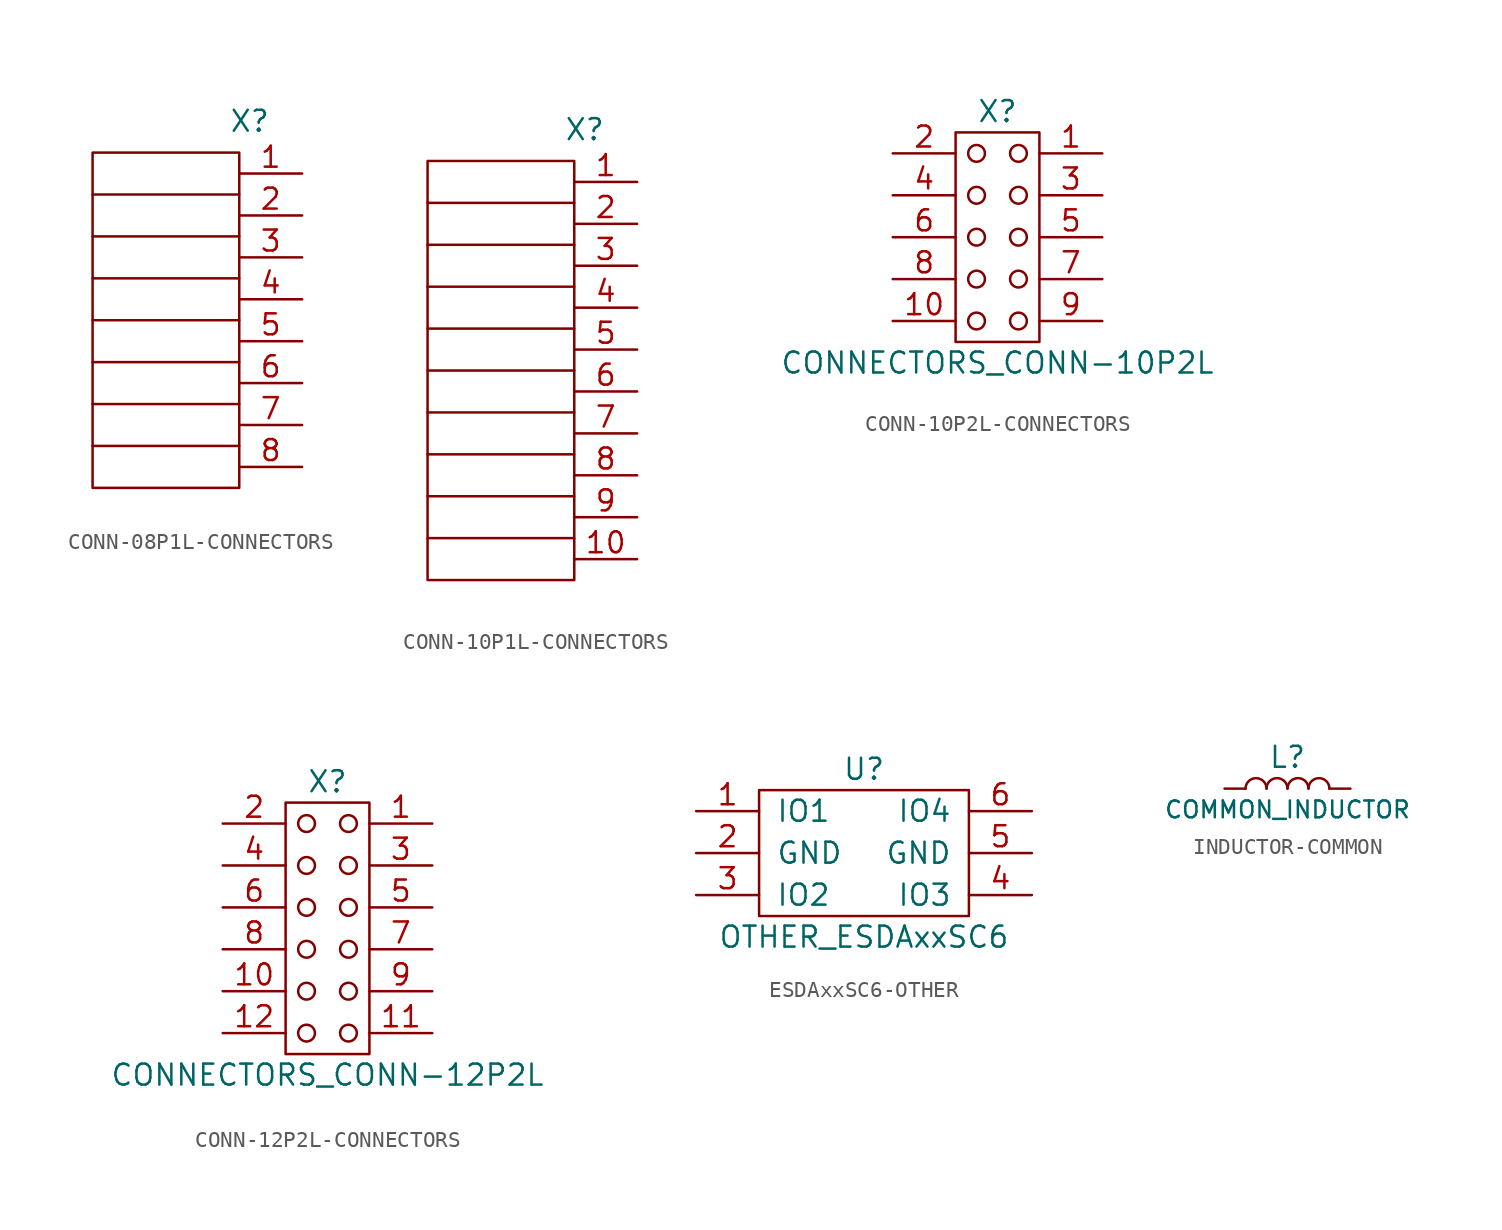
<source format=kicad_sym>
(kicad_symbol_lib
  (version 20231120)
  (generator "kicad_symbol_editor")
  (generator_version "8.0")
  (symbol "CONN-08P1L-CONNECTORS"
    (pin_names
      (offset 1.016))
    (property "Reference" "X"
      (at -3.175 3.175 0)
      (effects (font (size 1.27 1.27))))
    (property "Footprint" ""
      (at 0 0 0)
      (effects (font (size 1.524 1.524))))
    (property "Datasheet" ""
      (at 0 0 0)
      (effects (font (size 1.524 1.524))))
    (symbol "CONN-08P1L-CONNECTORS_0_1"
      (rectangle (start -3.81 1.27) (end -12.7 -19.05) (stroke (width 0) (type solid)) (fill (type none)))
      (polyline (pts (xy -3.81 -16.51) (xy -12.7 -16.51)) (stroke (width 0) (type solid)) (fill (type none)))
      (polyline (pts (xy -3.81 -13.97) (xy -12.7 -13.97)) (stroke (width 0) (type solid)) (fill (type none)))
      (polyline (pts (xy -3.81 -11.43) (xy -12.7 -11.43)) (stroke (width 0) (type solid)) (fill (type none)))
      (polyline (pts (xy -3.81 -8.89) (xy -12.7 -8.89)) (stroke (width 0) (type solid)) (fill (type none)))
      (polyline (pts (xy -3.81 -6.35) (xy -12.7 -6.35)) (stroke (width 0) (type solid)) (fill (type none)))
      (polyline (pts (xy -3.81 -3.81) (xy -12.7 -3.81)) (stroke (width 0) (type solid)) (fill (type none)))
      (polyline (pts (xy -3.81 -1.27) (xy -12.7 -1.27)) (stroke (width 0) (type solid)) (fill (type none))))
    (symbol "CONN-08P1L-CONNECTORS_1_1"
      (pin unspecified line (at 0 0 180) (length 3.81) (name "~" (effects (font (size 1.27 1.27)))) (number "1" (effects (font (size 1.27 1.27)))))
      (pin unspecified line (at 0 -2.54 180) (length 3.81) (name "~" (effects (font (size 1.27 1.27)))) (number "2" (effects (font (size 1.27 1.27)))))
      (pin unspecified line (at 0 -5.08 180) (length 3.81) (name "~" (effects (font (size 1.27 1.27)))) (number "3" (effects (font (size 1.27 1.27)))))
      (pin unspecified line (at 0 -7.62 180) (length 3.81) (name "~" (effects (font (size 1.27 1.27)))) (number "4" (effects (font (size 1.27 1.27)))))
      (pin unspecified line (at 0 -10.16 180) (length 3.81) (name "~" (effects (font (size 1.27 1.27)))) (number "5" (effects (font (size 1.27 1.27)))))
      (pin unspecified line (at 0 -12.7 180) (length 3.81) (name "~" (effects (font (size 1.27 1.27)))) (number "6" (effects (font (size 1.27 1.27)))))
      (pin unspecified line (at 0 -15.24 180) (length 3.81) (name "~" (effects (font (size 1.27 1.27)))) (number "7" (effects (font (size 1.27 1.27)))))
      (pin unspecified line (at 0 -17.78 180) (length 3.81) (name "~" (effects (font (size 1.27 1.27)))) (number "8" (effects (font (size 1.27 1.27)))))))
  (symbol "CONN-10P1L-CONNECTORS"
    (pin_names
      (offset 1.016))
    (property "Reference" "X"
      (at -3.175 3.175 0)
      (effects (font (size 1.27 1.27))))
    (property "Footprint" ""
      (at 0 0 0)
      (effects (font (size 1.524 1.524))))
    (property "Datasheet" ""
      (at 0 0 0)
      (effects (font (size 1.524 1.524))))
    (symbol "CONN-10P1L-CONNECTORS_0_1"
      (rectangle (start -3.81 1.27) (end -12.7 -24.13) (stroke (width 0) (type solid)) (fill (type none)))
      (polyline (pts (xy -12.7 -21.59) (xy -3.81 -21.59)) (stroke (width 0) (type solid)) (fill (type none)))
      (polyline (pts (xy -3.81 -19.05) (xy -12.7 -19.05)) (stroke (width 0) (type solid)) (fill (type none)))
      (polyline (pts (xy -3.81 -16.51) (xy -12.7 -16.51)) (stroke (width 0) (type solid)) (fill (type none)))
      (polyline (pts (xy -3.81 -13.97) (xy -12.7 -13.97)) (stroke (width 0) (type solid)) (fill (type none)))
      (polyline (pts (xy -3.81 -11.43) (xy -12.7 -11.43)) (stroke (width 0) (type solid)) (fill (type none)))
      (polyline (pts (xy -3.81 -8.89) (xy -12.7 -8.89)) (stroke (width 0) (type solid)) (fill (type none)))
      (polyline (pts (xy -3.81 -6.35) (xy -12.7 -6.35)) (stroke (width 0) (type solid)) (fill (type none)))
      (polyline (pts (xy -3.81 -3.81) (xy -12.7 -3.81)) (stroke (width 0) (type solid)) (fill (type none)))
      (polyline (pts (xy -3.81 -1.27) (xy -12.7 -1.27)) (stroke (width 0) (type solid)) (fill (type none))))
    (symbol "CONN-10P1L-CONNECTORS_1_1"
      (pin unspecified line (at 0 0 180) (length 3.81) (name "~" (effects (font (size 1.27 1.27)))) (number "1" (effects (font (size 1.27 1.27)))))
      (pin unspecified line (at 0 -22.86 180) (length 3.81) (name "~" (effects (font (size 1.27 1.27)))) (number "10" (effects (font (size 1.27 1.27)))))
      (pin unspecified line (at 0 -2.54 180) (length 3.81) (name "~" (effects (font (size 1.27 1.27)))) (number "2" (effects (font (size 1.27 1.27)))))
      (pin unspecified line (at 0 -5.08 180) (length 3.81) (name "~" (effects (font (size 1.27 1.27)))) (number "3" (effects (font (size 1.27 1.27)))))
      (pin unspecified line (at 0 -7.62 180) (length 3.81) (name "~" (effects (font (size 1.27 1.27)))) (number "4" (effects (font (size 1.27 1.27)))))
      (pin unspecified line (at 0 -10.16 180) (length 3.81) (name "~" (effects (font (size 1.27 1.27)))) (number "5" (effects (font (size 1.27 1.27)))))
      (pin unspecified line (at 0 -12.7 180) (length 3.81) (name "~" (effects (font (size 1.27 1.27)))) (number "6" (effects (font (size 1.27 1.27)))))
      (pin unspecified line (at 0 -15.24 180) (length 3.81) (name "~" (effects (font (size 1.27 1.27)))) (number "7" (effects (font (size 1.27 1.27)))))
      (pin unspecified line (at 0 -17.78 180) (length 3.81) (name "~" (effects (font (size 1.27 1.27)))) (number "8" (effects (font (size 1.27 1.27)))))
      (pin unspecified line (at 0 -20.32 180) (length 3.81) (name "~" (effects (font (size 1.27 1.27)))) (number "9" (effects (font (size 1.27 1.27)))))))
  (symbol "CONN-10P2L-CONNECTORS"
    (pin_names
      (offset 1.016) hide)
    (property "Reference" "X"
      (at 0 2.54 0)
      (effects (font (size 1.27 1.27))))
    (property "Value" "CONNECTORS_CONN-10P2L"
      (at 0 -12.7 0)
      (effects (font (size 1.27 1.27))))
    (property "Footprint" ""
      (at 0 0 0)
      (effects (font (size 1.27 1.27))))
    (property "Datasheet" ""
      (at 0 0 0)
      (effects (font (size 1.27 1.27))))
    (symbol "CONN-10P2L-CONNECTORS_0_1"
      (rectangle (start -2.54 1.27) (end 2.54 -11.43) (stroke (width 0) (type solid)) (fill (type none)))
      (circle (center -1.27 -10.16) (radius 0.508) (stroke (width 0) (type solid)) (fill (type none)))
      (circle (center -1.27 -7.62) (radius 0.508) (stroke (width 0) (type solid)) (fill (type none)))
      (circle (center -1.27 -5.08) (radius 0.508) (stroke (width 0) (type solid)) (fill (type none)))
      (circle (center -1.27 -2.54) (radius 0.508) (stroke (width 0) (type solid)) (fill (type none)))
      (circle (center -1.27 0) (radius 0.508) (stroke (width 0) (type solid)) (fill (type none)))
      (circle (center 1.27 -10.16) (radius 0.508) (stroke (width 0) (type solid)) (fill (type none)))
      (circle (center 1.27 -7.62) (radius 0.508) (stroke (width 0) (type solid)) (fill (type none)))
      (circle (center 1.27 -5.08) (radius 0.508) (stroke (width 0) (type solid)) (fill (type none)))
      (circle (center 1.27 -2.54) (radius 0.508) (stroke (width 0) (type solid)) (fill (type none)))
      (circle (center 1.27 0) (radius 0.508) (stroke (width 0) (type solid)) (fill (type none))))
    (symbol "CONN-10P2L-CONNECTORS_1_1"
      (pin unspecified line (at 6.35 0 180) (length 3.81) (name "1" (effects (font (size 1.27 1.27)))) (number "1" (effects (font (size 1.27 1.27)))))
      (pin passive line (at -6.35 -10.16 0) (length 3.81) (name "10" (effects (font (size 1.27 1.27)))) (number "10" (effects (font (size 1.27 1.27)))))
      (pin unspecified line (at -6.35 0 0) (length 3.81) (name "2" (effects (font (size 1.27 1.27)))) (number "2" (effects (font (size 1.27 1.27)))))
      (pin unspecified line (at 6.35 -2.54 180) (length 3.81) (name "3" (effects (font (size 1.27 1.27)))) (number "3" (effects (font (size 1.27 1.27)))))
      (pin unspecified line (at -6.35 -2.54 0) (length 3.81) (name "4" (effects (font (size 1.27 1.27)))) (number "4" (effects (font (size 1.27 1.27)))))
      (pin unspecified line (at 6.35 -5.08 180) (length 3.81) (name "5" (effects (font (size 1.27 1.27)))) (number "5" (effects (font (size 1.27 1.27)))))
      (pin unspecified line (at -6.35 -5.08 0) (length 3.81) (name "6" (effects (font (size 1.27 1.27)))) (number "6" (effects (font (size 1.27 1.27)))))
      (pin unspecified line (at 6.35 -7.62 180) (length 3.81) (name "7" (effects (font (size 1.27 1.27)))) (number "7" (effects (font (size 1.27 1.27)))))
      (pin unspecified line (at -6.35 -7.62 0) (length 3.81) (name "8" (effects (font (size 1.27 1.27)))) (number "8" (effects (font (size 1.27 1.27)))))
      (pin passive line (at 6.35 -10.16 180) (length 3.81) (name "9" (effects (font (size 1.27 1.27)))) (number "9" (effects (font (size 1.27 1.27)))))))
  (symbol "CONN-12P2L-CONNECTORS"
    (pin_names
      (offset 1.016) hide)
    (property "Reference" "X"
      (at 0 2.54 0)
      (effects (font (size 1.27 1.27))))
    (property "Value" "CONNECTORS_CONN-12P2L"
      (at 0 -15.24 0)
      (effects (font (size 1.27 1.27))))
    (property "Footprint" ""
      (at 0 0 0)
      (effects (font (size 1.27 1.27))))
    (property "Datasheet" ""
      (at 0 0 0)
      (effects (font (size 1.27 1.27))))
    (symbol "CONN-12P2L-CONNECTORS_0_1"
      (rectangle (start -2.54 1.27) (end 2.54 -13.97) (stroke (width 0) (type solid)) (fill (type none)))
      (circle (center -1.27 -12.7) (radius 0.508) (stroke (width 0) (type solid)) (fill (type none)))
      (circle (center -1.27 -10.16) (radius 0.508) (stroke (width 0) (type solid)) (fill (type none)))
      (circle (center -1.27 -7.62) (radius 0.508) (stroke (width 0) (type solid)) (fill (type none)))
      (circle (center -1.27 -5.08) (radius 0.508) (stroke (width 0) (type solid)) (fill (type none)))
      (circle (center -1.27 -2.54) (radius 0.508) (stroke (width 0) (type solid)) (fill (type none)))
      (circle (center -1.27 0) (radius 0.508) (stroke (width 0) (type solid)) (fill (type none)))
      (circle (center 1.27 -12.7) (radius 0.508) (stroke (width 0) (type solid)) (fill (type none)))
      (circle (center 1.27 -10.16) (radius 0.508) (stroke (width 0) (type solid)) (fill (type none)))
      (circle (center 1.27 -7.62) (radius 0.508) (stroke (width 0) (type solid)) (fill (type none)))
      (circle (center 1.27 -5.08) (radius 0.508) (stroke (width 0) (type solid)) (fill (type none)))
      (circle (center 1.27 -2.54) (radius 0.508) (stroke (width 0) (type solid)) (fill (type none)))
      (circle (center 1.27 0) (radius 0.508) (stroke (width 0) (type solid)) (fill (type none))))
    (symbol "CONN-12P2L-CONNECTORS_1_1"
      (pin unspecified line (at 6.35 0 180) (length 3.81) (name "1" (effects (font (size 1.27 1.27)))) (number "1" (effects (font (size 1.27 1.27)))))
      (pin passive line (at -6.35 -10.16 0) (length 3.81) (name "10" (effects (font (size 1.27 1.27)))) (number "10" (effects (font (size 1.27 1.27)))))
      (pin passive line (at 6.35 -12.7 180) (length 3.81) (name "11" (effects (font (size 1.27 1.27)))) (number "11" (effects (font (size 1.27 1.27)))))
      (pin passive line (at -6.35 -12.7 0) (length 3.81) (name "12" (effects (font (size 1.27 1.27)))) (number "12" (effects (font (size 1.27 1.27)))))
      (pin unspecified line (at -6.35 0 0) (length 3.81) (name "2" (effects (font (size 1.27 1.27)))) (number "2" (effects (font (size 1.27 1.27)))))
      (pin unspecified line (at 6.35 -2.54 180) (length 3.81) (name "3" (effects (font (size 1.27 1.27)))) (number "3" (effects (font (size 1.27 1.27)))))
      (pin unspecified line (at -6.35 -2.54 0) (length 3.81) (name "4" (effects (font (size 1.27 1.27)))) (number "4" (effects (font (size 1.27 1.27)))))
      (pin unspecified line (at 6.35 -5.08 180) (length 3.81) (name "5" (effects (font (size 1.27 1.27)))) (number "5" (effects (font (size 1.27 1.27)))))
      (pin unspecified line (at -6.35 -5.08 0) (length 3.81) (name "6" (effects (font (size 1.27 1.27)))) (number "6" (effects (font (size 1.27 1.27)))))
      (pin unspecified line (at 6.35 -7.62 180) (length 3.81) (name "7" (effects (font (size 1.27 1.27)))) (number "7" (effects (font (size 1.27 1.27)))))
      (pin unspecified line (at -6.35 -7.62 0) (length 3.81) (name "8" (effects (font (size 1.27 1.27)))) (number "8" (effects (font (size 1.27 1.27)))))
      (pin passive line (at 6.35 -10.16 180) (length 3.81) (name "9" (effects (font (size 1.27 1.27)))) (number "9" (effects (font (size 1.27 1.27)))))))
  (symbol "ESDAxxSC6-OTHER"
    (pin_names
      (offset 1.016))
    (property "Reference" "U"
      (at 10.16 2.54 0)
      (effects (font (size 1.27 1.27))))
    (property "Value" "OTHER_ESDAxxSC6"
      (at 10.16 -7.62 0)
      (effects (font (size 1.27 1.27))))
    (symbol "ESDAxxSC6-OTHER_0_1"
      (rectangle (start 3.81 1.27) (end 16.51 -6.35) (stroke (width 0) (type solid)) (fill (type none))))
    (symbol "ESDAxxSC6-OTHER_1_1"
      (pin passive line (at 0 0 0) (length 3.81) (name "IO1" (effects (font (size 1.27 1.27)))) (number "1" (effects (font (size 1.27 1.27)))))
      (pin power_in line (at 0 -2.54 0) (length 3.81) (name "GND" (effects (font (size 1.27 1.27)))) (number "2" (effects (font (size 1.27 1.27)))))
      (pin passive line (at 0 -5.08 0) (length 3.81) (name "IO2" (effects (font (size 1.27 1.27)))) (number "3" (effects (font (size 1.27 1.27)))))
      (pin passive line (at 20.32 -5.08 180) (length 3.81) (name "IO3" (effects (font (size 1.27 1.27)))) (number "4" (effects (font (size 1.27 1.27)))))
      (pin power_in line (at 20.32 -2.54 180) (length 3.81) (name "GND" (effects (font (size 1.27 1.27)))) (number "5" (effects (font (size 1.27 1.27)))))
      (pin passive line (at 20.32 0 180) (length 3.81) (name "IO4" (effects (font (size 1.27 1.27)))) (number "6" (effects (font (size 1.27 1.27)))))))
  (symbol "INDUCTOR-COMMON"
    (pin_numbers hide)
    (pin_names
      (offset 1.016) hide)
    (property "Reference" "L"
      (at 3.81 1.905 0)
      (effects (font (size 1.27 1.27))))
    (property "Value" "COMMON_INDUCTOR"
      (at 3.81 -1.27 0)
      (effects (font (size 1.016 1.016))))
    (property "Footprint" ""
      (at 0 0 0)
      (effects (font (size 1.524 1.524))))
    (property "Datasheet" ""
      (at 0 0 0)
      (effects (font (size 1.524 1.524))))
    (symbol "INDUCTOR-COMMON_0_1"
      (arc (start 2.54 0) (mid 1.905 0.635) (end 1.27 0) (stroke (width 0) (type solid)) (fill (type none)))
      (arc (start 3.81 0) (mid 3.175 0.635) (end 2.54 0) (stroke (width 0) (type solid)) (fill (type none)))
      (arc (start 5.08 0) (mid 4.445 0.635) (end 3.81 0) (stroke (width 0) (type solid)) (fill (type none)))
      (arc (start 6.35 0) (mid 5.715 0.635) (end 5.08 0) (stroke (width 0) (type solid)) (fill (type none))))
    (symbol "INDUCTOR-COMMON_1_1"
      (pin unspecified line (at 0 0 0) (length 1.27) (name "R1" (effects (font (size 1.27 1.27)))) (number "1" (effects (font (size 1.27 1.27)))))
      (pin unspecified line (at 7.62 0 180) (length 1.27) (name "R2" (effects (font (size 1.27 1.27)))) (number "2" (effects (font (size 1.27 1.27))))))))
</source>
